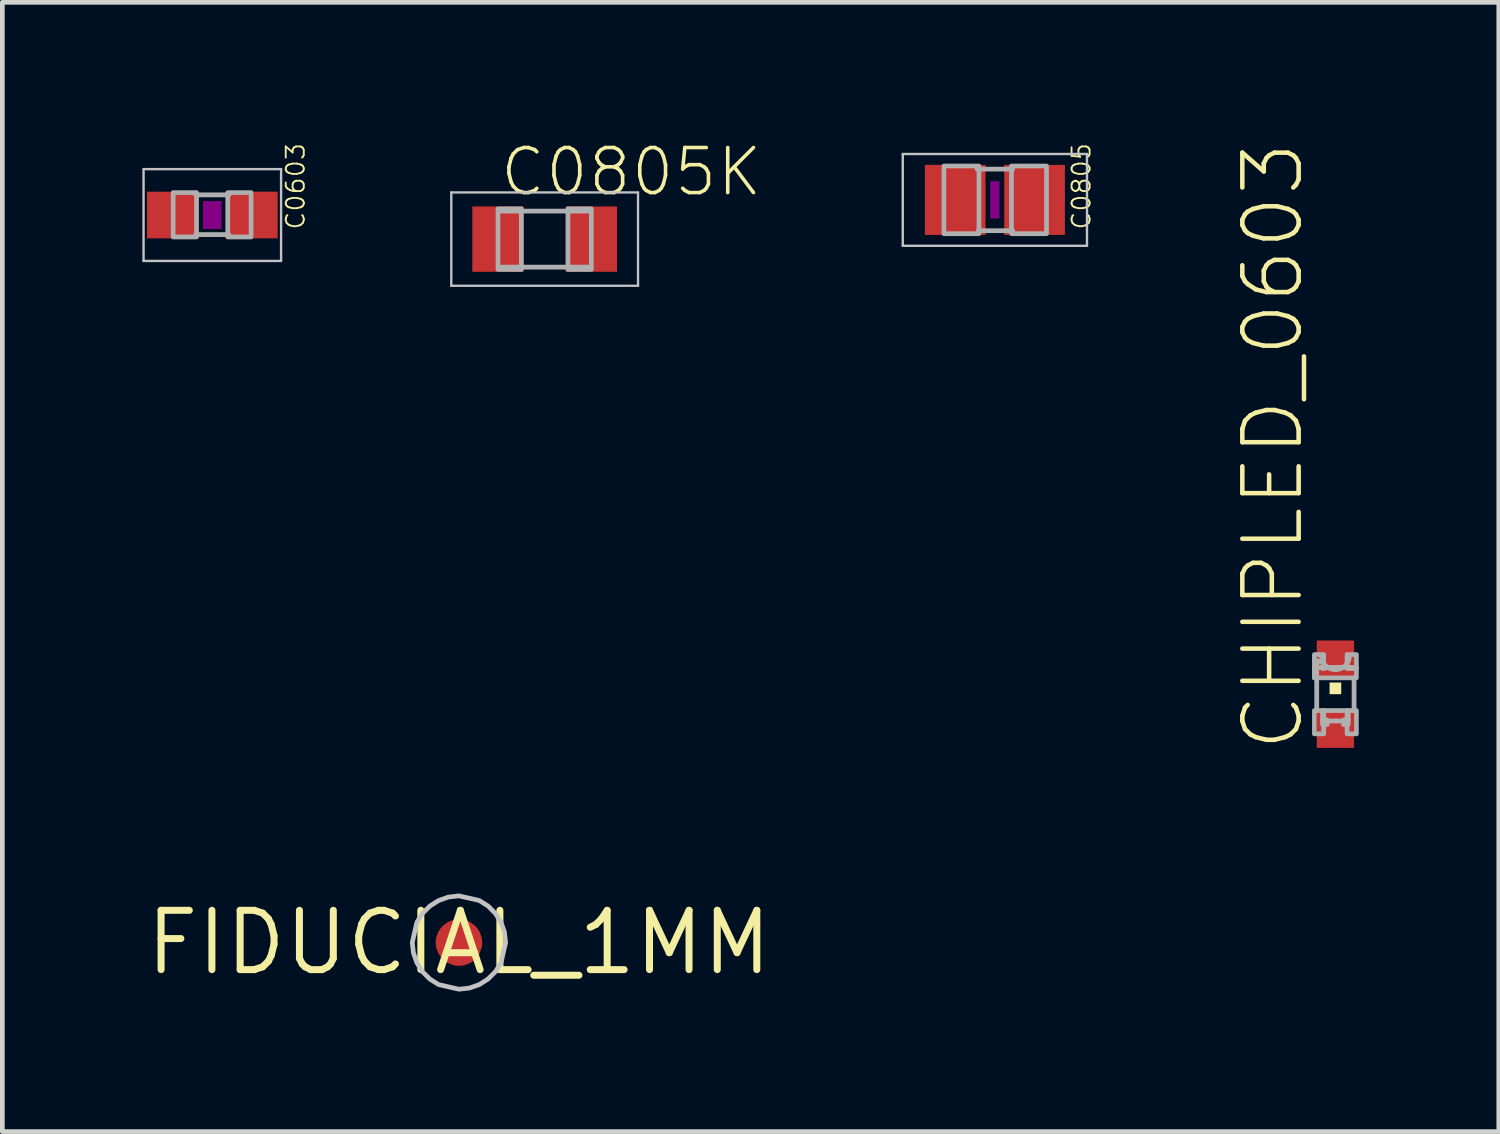
<source format=kicad_pcb>
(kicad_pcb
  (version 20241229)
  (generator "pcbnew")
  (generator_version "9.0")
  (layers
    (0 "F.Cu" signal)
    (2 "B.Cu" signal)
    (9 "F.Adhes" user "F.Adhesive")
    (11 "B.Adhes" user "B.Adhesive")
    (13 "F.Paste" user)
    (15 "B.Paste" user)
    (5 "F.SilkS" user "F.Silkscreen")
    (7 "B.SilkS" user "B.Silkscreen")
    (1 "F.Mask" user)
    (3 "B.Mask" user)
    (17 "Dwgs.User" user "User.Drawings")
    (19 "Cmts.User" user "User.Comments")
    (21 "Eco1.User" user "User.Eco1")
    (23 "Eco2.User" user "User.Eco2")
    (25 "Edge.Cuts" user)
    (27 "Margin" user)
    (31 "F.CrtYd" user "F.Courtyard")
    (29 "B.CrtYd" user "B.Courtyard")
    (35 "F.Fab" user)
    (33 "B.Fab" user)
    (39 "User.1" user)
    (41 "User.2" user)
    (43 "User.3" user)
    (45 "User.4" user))
  (footprint "C0603"
    (layer "F.Cu")
    (at 1.498 1.556)
    (property "Reference" "C0603" (at 2.008 0.339 90) (layer "F.SilkS") (effects (font (size 0.386 0.386) (thickness 0.039)) (justify left bottom)))
    (attr through_hole)
    (fp_poly (pts (xy -0.2 0.3) (xy 0.2 0.3) (xy 0.2 -0.3) (xy -0.2 -0.3)) (stroke (width 0) (type solid)) (fill yes) (layer "F.Adhes"))
    (fp_line (start -1.473 -0.983) (end 1.473 -0.983) (stroke (width 0.051) (type solid)) (layer "Dwgs.User"))
    (fp_line (start -1.473 0.983) (end -1.473 -0.983) (stroke (width 0.051) (type solid)) (layer "Dwgs.User"))
    (fp_line (start 1.473 -0.983) (end 1.473 0.983) (stroke (width 0.051) (type solid)) (layer "Dwgs.User"))
    (fp_line (start 1.473 0.983) (end -1.473 0.983) (stroke (width 0.051) (type solid)) (layer "Dwgs.User"))
    (fp_line (start -0.356 -0.432) (end 0.356 -0.432) (stroke (width 0.102) (type solid)) (layer "F.Fab"))
    (fp_line (start -0.356 0.419) (end 0.356 0.419) (stroke (width 0.102) (type solid)) (layer "F.Fab"))
    (fp_poly (pts (xy -0.838 0.47) (xy -0.338 0.47) (xy -0.338 -0.48) (xy -0.838 -0.48)) (stroke (width 0.1) (type solid)) (fill no) (layer "F.Fab"))
    (fp_poly (pts (xy 0.33 0.47) (xy 0.83 0.47) (xy 0.83 -0.48) (xy 0.33 -0.48)) (stroke (width 0.1) (type solid)) (fill no) (layer "F.Fab"))
    (pad "1" smd rect (at -0.85 0) (size 1.1 1) (layers "F.Cu" "F.Mask" "F.Paste"))
    (pad "2" smd rect (at 0.85 0) (size 1.1 1) (layers "F.Cu" "F.Mask" "F.Paste")))
  (footprint "C0805K"
    (layer "F.Cu")
    (at 8.617 2.072)
    (property "Reference" "C0805K" (at -1 -0.875 0) (layer "F.SilkS") (effects (font (size 0.965 0.965) (thickness 0.077)) (justify left bottom)))
    (attr through_hole)
    (fp_line (start -2 -1) (end 2 -1) (stroke (width 0.05) (type solid)) (layer "Dwgs.User"))
    (fp_line (start -2 1) (end -2 -1) (stroke (width 0.05) (type solid)) (layer "Dwgs.User"))
    (fp_line (start 2 -1) (end 2 1) (stroke (width 0.05) (type solid)) (layer "Dwgs.User"))
    (fp_line (start 2 1) (end -2 1) (stroke (width 0.05) (type solid)) (layer "Dwgs.User"))
    (fp_line (start -0.925 -0.6) (end 0.925 -0.6) (stroke (width 0.102) (type solid)) (layer "F.Fab"))
    (fp_line (start 0.925 0.6) (end -0.925 0.6) (stroke (width 0.102) (type solid)) (layer "F.Fab"))
    (fp_poly (pts (xy -1 0.65) (xy -0.5 0.65) (xy -0.5 -0.65) (xy -1 -0.65)) (stroke (width 0.1) (type solid)) (fill no) (layer "F.Fab"))
    (fp_poly (pts (xy 0.5 0.65) (xy 1 0.65) (xy 1 -0.65) (xy 0.5 -0.65)) (stroke (width 0.1) (type solid)) (fill no) (layer "F.Fab"))
    (pad "1" smd rect (at -1 0) (size 1.1 1.4) (layers "F.Cu" "F.Mask" "F.Paste"))
    (pad "2" smd rect (at 1 0) (size 1.1 1.4) (layers "F.Cu" "F.Mask" "F.Paste")))
  (footprint "FIDUCIAL_1MM"
    (layer "F.Cu")
    (at 6.781 17.14)
    (property "Reference" "FIDUCIAL_1MM" (at 0 0 0) (layer "F.SilkS") (effects (font (size 1.27 1.27) (thickness 0.15))))
    (attr through_hole)
    (fp_poly (pts (xy -1 0) (xy -0.975 0.223) (xy -0.901 0.434) (xy -0.782 0.623) (xy -0.623 0.782) (xy -0.434 0.901) (xy 0 1) (xy 0.223 0.975) (xy 0.434 0.901) (xy 0.623 0.782) (xy 0.782 0.623) (xy 0.901 0.434) (xy 1 0) (xy 0.975 -0.223) (xy 0.901 -0.434) (xy 0.782 -0.623) (xy 0.623 -0.782) (xy 0.434 -0.901) (xy 0 -1) (xy -0.223 -0.975) (xy -0.434 -0.901) (xy -0.623 -0.782) (xy -0.782 -0.623) (xy -0.901 -0.434)) (stroke (width 0) (type solid)) (fill yes) (layer "F.Mask"))
    (fp_poly (pts (xy -1 0) (xy -0.975 0.223) (xy -0.901 0.434) (xy -0.782 0.623) (xy -0.623 0.782) (xy -0.434 0.901) (xy 0 1) (xy 0.223 0.975) (xy 0.434 0.901) (xy 0.623 0.782) (xy 0.782 0.623) (xy 0.901 0.434) (xy 1 0) (xy 0.975 -0.223) (xy 0.901 -0.434) (xy 0.782 -0.623) (xy 0.623 -0.782) (xy 0.434 -0.901) (xy 0 -1) (xy -0.223 -0.975) (xy -0.434 -0.901) (xy -0.623 -0.782) (xy -0.782 -0.623) (xy -0.901 -0.434)) (stroke (width 0.1) (type solid)) (fill no) (layer "Dwgs.User"))
    (pad "1" smd roundrect (at 0 0) (size 1 1) (layers "F.Cu" "F.Mask") (roundrect_rratio 0.5)))
  (footprint "CHIPLED_0603"
    (layer "F.Cu")
    (at 25.555 11.82)
    (property "Reference" "CHIPLED_0603" (at -0.635 1.27 90) (layer "F.SilkS") (effects (font (size 1.206 1.206) (thickness 0.097)) (justify left bottom)))
    (attr through_hole)
    (fp_poly (pts (xy -0.125 0) (xy 0.125 0) (xy 0.125 -0.25) (xy -0.125 -0.25)) (stroke (width 0) (type solid)) (fill yes) (layer "F.SilkS"))
    (fp_line (start -0.4 -0.375) (end -0.4 0.35) (stroke (width 0.102) (type solid)) (layer "F.Fab"))
    (fp_line (start 0.4 -0.35) (end 0.4 0.35) (stroke (width 0.102) (type solid)) (layer "F.Fab"))
    (fp_arc (start -0.275 0.825) (mid 0 0.55) (end 0.275 0.825) (stroke (width 0.0508) (type solid)) (layer "F.Fab"))
    (fp_arc (start 0.3 -0.825) (mid 0 -0.525) (end -0.3 -0.825) (stroke (width 0.1016) (type solid)) (layer "F.Fab"))
    (fp_circle (center -0.35 -0.625) (end -0.275 -0.625) (stroke (width 0.051) (type solid)) (fill no) (layer "F.Fab"))
    (fp_poly (pts (xy -0.45 -0.7) (xy -0.25 -0.7) (xy -0.25 -0.85) (xy -0.45 -0.85)) (stroke (width 0.1) (type solid)) (fill no) (layer "F.Fab"))
    (fp_poly (pts (xy -0.45 -0.35) (xy -0.4 -0.35) (xy -0.4 -0.725) (xy -0.45 -0.725)) (stroke (width 0.1) (type solid)) (fill no) (layer "F.Fab"))
    (fp_poly (pts (xy -0.45 -0.35) (xy 0.45 -0.35) (xy 0.45 -0.575) (xy -0.45 -0.575)) (stroke (width 0.1) (type solid)) (fill no) (layer "F.Fab"))
    (fp_poly (pts (xy -0.45 0.85) (xy -0.25 0.85) (xy -0.25 0.35) (xy -0.45 0.35)) (stroke (width 0.1) (type solid)) (fill no) (layer "F.Fab"))
    (fp_poly (pts (xy -0.275 -0.55) (xy -0.225 -0.55) (xy -0.225 -0.6) (xy -0.275 -0.6)) (stroke (width 0.1) (type solid)) (fill no) (layer "F.Fab"))
    (fp_poly (pts (xy -0.275 0.575) (xy 0.275 0.575) (xy 0.275 0.35) (xy -0.275 0.35)) (stroke (width 0.1) (type solid)) (fill no) (layer "F.Fab"))
    (fp_poly (pts (xy -0.275 0.65) (xy -0.175 0.65) (xy -0.175 0.55) (xy -0.275 0.55)) (stroke (width 0.1) (type solid)) (fill no) (layer "F.Fab"))
    (fp_poly (pts (xy 0.175 0.65) (xy 0.275 0.65) (xy 0.275 0.55) (xy 0.175 0.55)) (stroke (width 0.1) (type solid)) (fill no) (layer "F.Fab"))
    (fp_poly (pts (xy 0.25 -0.55) (xy 0.45 -0.55) (xy 0.45 -0.85) (xy 0.25 -0.85)) (stroke (width 0.1) (type solid)) (fill no) (layer "F.Fab"))
    (fp_poly (pts (xy 0.25 0.85) (xy 0.45 0.85) (xy 0.45 0.35) (xy 0.25 0.35)) (stroke (width 0.1) (type solid)) (fill no) (layer "F.Fab"))
    (pad "A" smd rect (at 0 0.75) (size 0.8 0.8) (layers "F.Cu" "F.Mask" "F.Paste"))
    (pad "C" smd rect (at 0 -0.75) (size 0.8 0.8) (layers "F.Cu" "F.Mask" "F.Paste")))
  (footprint "C0805"
    (layer "F.Cu")
    (at 18.261 1.232)
    (property "Reference" "C0805" (at 2.078 0.663 90) (layer "F.SilkS") (effects (font (size 0.386 0.386) (thickness 0.039)) (justify left bottom)))
    (attr through_hole)
    (fp_poly (pts (xy -0.1 0.4) (xy 0.1 0.4) (xy 0.1 -0.4) (xy -0.1 -0.4)) (stroke (width 0) (type solid)) (fill yes) (layer "F.Adhes"))
    (fp_line (start -1.973 -0.983) (end 1.973 -0.983) (stroke (width 0.051) (type solid)) (layer "Dwgs.User"))
    (fp_line (start -1.973 0.983) (end -1.973 -0.983) (stroke (width 0.051) (type solid)) (layer "Dwgs.User"))
    (fp_line (start 1.973 -0.983) (end 1.973 0.983) (stroke (width 0.051) (type solid)) (layer "Dwgs.User"))
    (fp_line (start 1.973 0.983) (end -1.973 0.983) (stroke (width 0.051) (type solid)) (layer "Dwgs.User"))
    (fp_line (start -0.381 -0.66) (end 0.381 -0.66) (stroke (width 0.102) (type solid)) (layer "F.Fab"))
    (fp_line (start -0.356 0.66) (end 0.381 0.66) (stroke (width 0.102) (type solid)) (layer "F.Fab"))
    (fp_poly (pts (xy -1.092 0.724) (xy -0.342 0.724) (xy -0.342 -0.726) (xy -1.092 -0.726)) (stroke (width 0.1) (type solid)) (fill no) (layer "F.Fab"))
    (fp_poly (pts (xy 0.356 0.724) (xy 1.106 0.724) (xy 1.106 -0.726) (xy 0.356 -0.726)) (stroke (width 0.1) (type solid)) (fill no) (layer "F.Fab"))
    (pad "1" smd rect (at -0.85 0) (size 1.3 1.5) (layers "F.Cu" "F.Mask" "F.Paste"))
    (pad "2" smd rect (at 0.85 0) (size 1.3 1.5) (layers "F.Cu" "F.Mask" "F.Paste")))
  (gr_rect
    (start -3 -3)
    (end 29.055 21.19)
    (stroke (width 0.1) (type default))
    (fill no)
    (layer "Edge.Cuts")))
</source>
